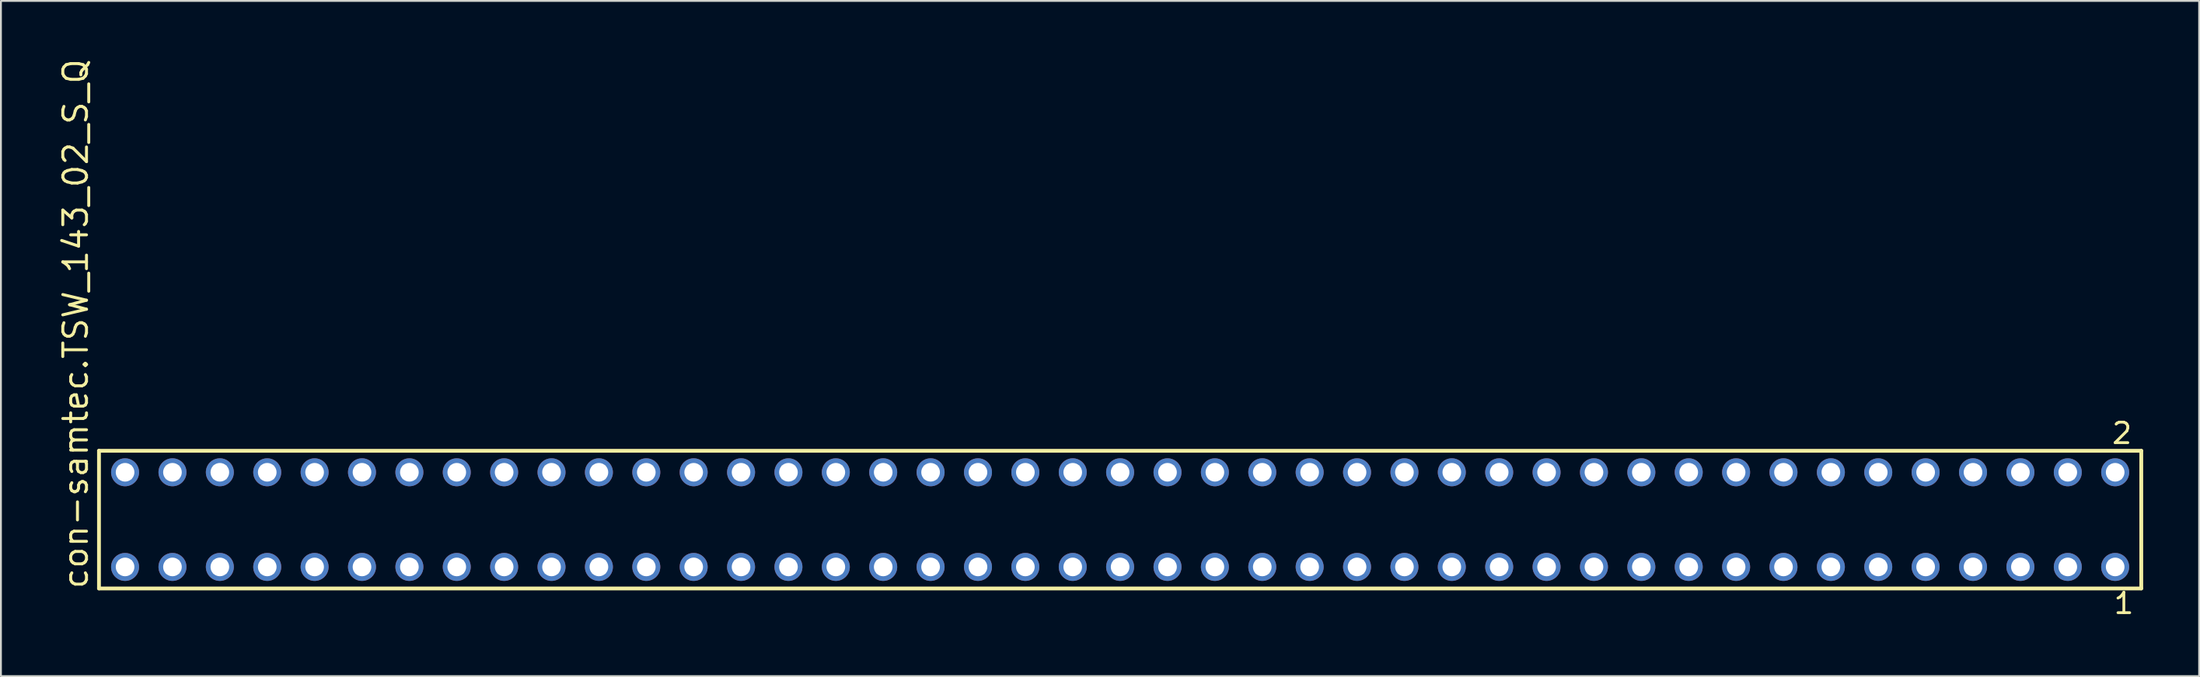
<source format=kicad_pcb>
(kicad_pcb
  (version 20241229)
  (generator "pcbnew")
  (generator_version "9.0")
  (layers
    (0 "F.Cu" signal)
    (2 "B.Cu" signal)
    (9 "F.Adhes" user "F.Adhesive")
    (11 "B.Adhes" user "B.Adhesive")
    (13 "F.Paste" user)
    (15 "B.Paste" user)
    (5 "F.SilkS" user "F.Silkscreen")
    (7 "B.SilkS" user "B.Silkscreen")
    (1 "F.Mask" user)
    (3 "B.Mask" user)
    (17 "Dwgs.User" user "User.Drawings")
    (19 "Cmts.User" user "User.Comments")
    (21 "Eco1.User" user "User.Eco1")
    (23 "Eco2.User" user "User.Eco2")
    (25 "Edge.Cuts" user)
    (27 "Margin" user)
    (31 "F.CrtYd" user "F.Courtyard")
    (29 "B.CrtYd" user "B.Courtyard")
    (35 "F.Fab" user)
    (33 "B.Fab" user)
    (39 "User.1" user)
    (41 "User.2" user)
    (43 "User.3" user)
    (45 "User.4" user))
  (footprint "con-samtec.TSW_143_02_S_Q"
    (layer "F.Cu")
    (at 56.995 24.84)
    (property "Reference" "con-samtec.TSW_143_02_S_Q" (at -55.245 3.81 90) (layer "F.SilkS") (effects (font (size 1.27 1.27) (thickness 0.16)) (justify left bottom)))
    (attr through_hole)
    (fp_line (start -54.739 -3.695) (end 54.739 -3.695) (stroke (width 0.203) (type default)) (layer "F.SilkS"))
    (fp_line (start -54.739 3.695) (end -54.739 -3.695) (stroke (width 0.203) (type default)) (layer "F.SilkS"))
    (fp_line (start 54.739 -3.695) (end 54.739 3.695) (stroke (width 0.203) (type default)) (layer "F.SilkS"))
    (fp_line (start 54.739 3.695) (end -54.739 3.695) (stroke (width 0.203) (type default)) (layer "F.SilkS"))
    (fp_rect (start -53.69 -2.19) (end -52.99 -2.89) (stroke (width 0.05) (type default)) (fill no) (layer "F.Fab"))
    (fp_rect (start -53.69 2.89) (end -52.99 2.19) (stroke (width 0.05) (type default)) (fill no) (layer "F.Fab"))
    (fp_rect (start -51.15 -2.19) (end -50.45 -2.89) (stroke (width 0.05) (type default)) (fill no) (layer "F.Fab"))
    (fp_rect (start -51.15 2.89) (end -50.45 2.19) (stroke (width 0.05) (type default)) (fill no) (layer "F.Fab"))
    (fp_rect (start -48.61 -2.19) (end -47.91 -2.89) (stroke (width 0.05) (type default)) (fill no) (layer "F.Fab"))
    (fp_rect (start -48.61 2.89) (end -47.91 2.19) (stroke (width 0.05) (type default)) (fill no) (layer "F.Fab"))
    (fp_rect (start -46.07 -2.19) (end -45.37 -2.89) (stroke (width 0.05) (type default)) (fill no) (layer "F.Fab"))
    (fp_rect (start -46.07 2.89) (end -45.37 2.19) (stroke (width 0.05) (type default)) (fill no) (layer "F.Fab"))
    (fp_rect (start -43.53 -2.19) (end -42.83 -2.89) (stroke (width 0.05) (type default)) (fill no) (layer "F.Fab"))
    (fp_rect (start -43.53 2.89) (end -42.83 2.19) (stroke (width 0.05) (type default)) (fill no) (layer "F.Fab"))
    (fp_rect (start -40.99 -2.19) (end -40.29 -2.89) (stroke (width 0.05) (type default)) (fill no) (layer "F.Fab"))
    (fp_rect (start -40.99 2.89) (end -40.29 2.19) (stroke (width 0.05) (type default)) (fill no) (layer "F.Fab"))
    (fp_rect (start -38.45 -2.19) (end -37.75 -2.89) (stroke (width 0.05) (type default)) (fill no) (layer "F.Fab"))
    (fp_rect (start -38.45 2.89) (end -37.75 2.19) (stroke (width 0.05) (type default)) (fill no) (layer "F.Fab"))
    (fp_rect (start -35.91 -2.19) (end -35.21 -2.89) (stroke (width 0.05) (type default)) (fill no) (layer "F.Fab"))
    (fp_rect (start -35.91 2.89) (end -35.21 2.19) (stroke (width 0.05) (type default)) (fill no) (layer "F.Fab"))
    (fp_rect (start -33.37 -2.19) (end -32.67 -2.89) (stroke (width 0.05) (type default)) (fill no) (layer "F.Fab"))
    (fp_rect (start -33.37 2.89) (end -32.67 2.19) (stroke (width 0.05) (type default)) (fill no) (layer "F.Fab"))
    (fp_rect (start -30.83 -2.19) (end -30.13 -2.89) (stroke (width 0.05) (type default)) (fill no) (layer "F.Fab"))
    (fp_rect (start -30.83 2.89) (end -30.13 2.19) (stroke (width 0.05) (type default)) (fill no) (layer "F.Fab"))
    (fp_rect (start -28.29 -2.19) (end -27.59 -2.89) (stroke (width 0.05) (type default)) (fill no) (layer "F.Fab"))
    (fp_rect (start -28.29 2.89) (end -27.59 2.19) (stroke (width 0.05) (type default)) (fill no) (layer "F.Fab"))
    (fp_rect (start -25.75 -2.19) (end -25.05 -2.89) (stroke (width 0.05) (type default)) (fill no) (layer "F.Fab"))
    (fp_rect (start -25.75 2.89) (end -25.05 2.19) (stroke (width 0.05) (type default)) (fill no) (layer "F.Fab"))
    (fp_rect (start -23.21 -2.19) (end -22.51 -2.89) (stroke (width 0.05) (type default)) (fill no) (layer "F.Fab"))
    (fp_rect (start -23.21 2.89) (end -22.51 2.19) (stroke (width 0.05) (type default)) (fill no) (layer "F.Fab"))
    (fp_rect (start -20.67 -2.19) (end -19.97 -2.89) (stroke (width 0.05) (type default)) (fill no) (layer "F.Fab"))
    (fp_rect (start -20.67 2.89) (end -19.97 2.19) (stroke (width 0.05) (type default)) (fill no) (layer "F.Fab"))
    (fp_rect (start -18.13 -2.19) (end -17.43 -2.89) (stroke (width 0.05) (type default)) (fill no) (layer "F.Fab"))
    (fp_rect (start -18.13 2.89) (end -17.43 2.19) (stroke (width 0.05) (type default)) (fill no) (layer "F.Fab"))
    (fp_rect (start -15.59 -2.19) (end -14.89 -2.89) (stroke (width 0.05) (type default)) (fill no) (layer "F.Fab"))
    (fp_rect (start -15.59 2.89) (end -14.89 2.19) (stroke (width 0.05) (type default)) (fill no) (layer "F.Fab"))
    (fp_rect (start -13.05 -2.19) (end -12.35 -2.89) (stroke (width 0.05) (type default)) (fill no) (layer "F.Fab"))
    (fp_rect (start -13.05 2.89) (end -12.35 2.19) (stroke (width 0.05) (type default)) (fill no) (layer "F.Fab"))
    (fp_rect (start -10.51 -2.19) (end -9.81 -2.89) (stroke (width 0.05) (type default)) (fill no) (layer "F.Fab"))
    (fp_rect (start -10.51 2.89) (end -9.81 2.19) (stroke (width 0.05) (type default)) (fill no) (layer "F.Fab"))
    (fp_rect (start -7.97 -2.19) (end -7.27 -2.89) (stroke (width 0.05) (type default)) (fill no) (layer "F.Fab"))
    (fp_rect (start -7.97 2.89) (end -7.27 2.19) (stroke (width 0.05) (type default)) (fill no) (layer "F.Fab"))
    (fp_rect (start -5.43 -2.19) (end -4.73 -2.89) (stroke (width 0.05) (type default)) (fill no) (layer "F.Fab"))
    (fp_rect (start -5.43 2.89) (end -4.73 2.19) (stroke (width 0.05) (type default)) (fill no) (layer "F.Fab"))
    (fp_rect (start -2.89 -2.19) (end -2.19 -2.89) (stroke (width 0.05) (type default)) (fill no) (layer "F.Fab"))
    (fp_rect (start -2.89 2.89) (end -2.19 2.19) (stroke (width 0.05) (type default)) (fill no) (layer "F.Fab"))
    (fp_rect (start -0.35 -2.19) (end 0.35 -2.89) (stroke (width 0.05) (type default)) (fill no) (layer "F.Fab"))
    (fp_rect (start -0.35 2.89) (end 0.35 2.19) (stroke (width 0.05) (type default)) (fill no) (layer "F.Fab"))
    (fp_rect (start 2.19 -2.19) (end 2.89 -2.89) (stroke (width 0.05) (type default)) (fill no) (layer "F.Fab"))
    (fp_rect (start 2.19 2.89) (end 2.89 2.19) (stroke (width 0.05) (type default)) (fill no) (layer "F.Fab"))
    (fp_rect (start 4.73 -2.19) (end 5.43 -2.89) (stroke (width 0.05) (type default)) (fill no) (layer "F.Fab"))
    (fp_rect (start 4.73 2.89) (end 5.43 2.19) (stroke (width 0.05) (type default)) (fill no) (layer "F.Fab"))
    (fp_rect (start 7.27 -2.19) (end 7.97 -2.89) (stroke (width 0.05) (type default)) (fill no) (layer "F.Fab"))
    (fp_rect (start 7.27 2.89) (end 7.97 2.19) (stroke (width 0.05) (type default)) (fill no) (layer "F.Fab"))
    (fp_rect (start 9.81 -2.19) (end 10.51 -2.89) (stroke (width 0.05) (type default)) (fill no) (layer "F.Fab"))
    (fp_rect (start 9.81 2.89) (end 10.51 2.19) (stroke (width 0.05) (type default)) (fill no) (layer "F.Fab"))
    (fp_rect (start 12.35 -2.19) (end 13.05 -2.89) (stroke (width 0.05) (type default)) (fill no) (layer "F.Fab"))
    (fp_rect (start 12.35 2.89) (end 13.05 2.19) (stroke (width 0.05) (type default)) (fill no) (layer "F.Fab"))
    (fp_rect (start 14.89 -2.19) (end 15.59 -2.89) (stroke (width 0.05) (type default)) (fill no) (layer "F.Fab"))
    (fp_rect (start 14.89 2.89) (end 15.59 2.19) (stroke (width 0.05) (type default)) (fill no) (layer "F.Fab"))
    (fp_rect (start 17.43 -2.19) (end 18.13 -2.89) (stroke (width 0.05) (type default)) (fill no) (layer "F.Fab"))
    (fp_rect (start 17.43 2.89) (end 18.13 2.19) (stroke (width 0.05) (type default)) (fill no) (layer "F.Fab"))
    (fp_rect (start 19.97 -2.19) (end 20.67 -2.89) (stroke (width 0.05) (type default)) (fill no) (layer "F.Fab"))
    (fp_rect (start 19.97 2.89) (end 20.67 2.19) (stroke (width 0.05) (type default)) (fill no) (layer "F.Fab"))
    (fp_rect (start 22.51 -2.19) (end 23.21 -2.89) (stroke (width 0.05) (type default)) (fill no) (layer "F.Fab"))
    (fp_rect (start 22.51 2.89) (end 23.21 2.19) (stroke (width 0.05) (type default)) (fill no) (layer "F.Fab"))
    (fp_rect (start 25.05 -2.19) (end 25.75 -2.89) (stroke (width 0.05) (type default)) (fill no) (layer "F.Fab"))
    (fp_rect (start 25.05 2.89) (end 25.75 2.19) (stroke (width 0.05) (type default)) (fill no) (layer "F.Fab"))
    (fp_rect (start 27.59 -2.19) (end 28.29 -2.89) (stroke (width 0.05) (type default)) (fill no) (layer "F.Fab"))
    (fp_rect (start 27.59 2.89) (end 28.29 2.19) (stroke (width 0.05) (type default)) (fill no) (layer "F.Fab"))
    (fp_rect (start 30.13 -2.19) (end 30.83 -2.89) (stroke (width 0.05) (type default)) (fill no) (layer "F.Fab"))
    (fp_rect (start 30.13 2.89) (end 30.83 2.19) (stroke (width 0.05) (type default)) (fill no) (layer "F.Fab"))
    (fp_rect (start 32.67 -2.19) (end 33.37 -2.89) (stroke (width 0.05) (type default)) (fill no) (layer "F.Fab"))
    (fp_rect (start 32.67 2.89) (end 33.37 2.19) (stroke (width 0.05) (type default)) (fill no) (layer "F.Fab"))
    (fp_rect (start 35.21 -2.19) (end 35.91 -2.89) (stroke (width 0.05) (type default)) (fill no) (layer "F.Fab"))
    (fp_rect (start 35.21 2.89) (end 35.91 2.19) (stroke (width 0.05) (type default)) (fill no) (layer "F.Fab"))
    (fp_rect (start 37.75 -2.19) (end 38.45 -2.89) (stroke (width 0.05) (type default)) (fill no) (layer "F.Fab"))
    (fp_rect (start 37.75 2.89) (end 38.45 2.19) (stroke (width 0.05) (type default)) (fill no) (layer "F.Fab"))
    (fp_rect (start 40.29 -2.19) (end 40.99 -2.89) (stroke (width 0.05) (type default)) (fill no) (layer "F.Fab"))
    (fp_rect (start 40.29 2.89) (end 40.99 2.19) (stroke (width 0.05) (type default)) (fill no) (layer "F.Fab"))
    (fp_rect (start 42.83 -2.19) (end 43.53 -2.89) (stroke (width 0.05) (type default)) (fill no) (layer "F.Fab"))
    (fp_rect (start 42.83 2.89) (end 43.53 2.19) (stroke (width 0.05) (type default)) (fill no) (layer "F.Fab"))
    (fp_rect (start 45.37 -2.19) (end 46.07 -2.89) (stroke (width 0.05) (type default)) (fill no) (layer "F.Fab"))
    (fp_rect (start 45.37 2.89) (end 46.07 2.19) (stroke (width 0.05) (type default)) (fill no) (layer "F.Fab"))
    (fp_rect (start 47.91 -2.19) (end 48.61 -2.89) (stroke (width 0.05) (type default)) (fill no) (layer "F.Fab"))
    (fp_rect (start 47.91 2.89) (end 48.61 2.19) (stroke (width 0.05) (type default)) (fill no) (layer "F.Fab"))
    (fp_rect (start 50.45 -2.19) (end 51.15 -2.89) (stroke (width 0.05) (type default)) (fill no) (layer "F.Fab"))
    (fp_rect (start 50.45 2.89) (end 51.15 2.19) (stroke (width 0.05) (type default)) (fill no) (layer "F.Fab"))
    (fp_rect (start 52.99 -2.19) (end 53.69 -2.89) (stroke (width 0.05) (type default)) (fill no) (layer "F.Fab"))
    (fp_rect (start 52.99 2.89) (end 53.69 2.19) (stroke (width 0.05) (type default)) (fill no) (layer "F.Fab"))
    (fp_text user "2" (at 53.082 -3.989 0) (layer "F.SilkS") (effects (font (size 1.1 1.1) (thickness 0.15)) (justify left bottom)))
    (fp_text user "1" (at 53.182 5.138 0) (layer "F.SilkS") (effects (font (size 1.1 1.1) (thickness 0.15)) (justify left bottom)))
    (pad "1" thru_hole circle (at 53.34 2.54 180) (size 1.5 1.5) (drill 1) (layers "*.Cu" "*.Mask"))
    (pad "2" thru_hole circle (at 53.34 -2.54 180) (size 1.5 1.5) (drill 1) (layers "*.Cu" "*.Mask"))
    (pad "3" thru_hole circle (at 50.8 2.54 180) (size 1.5 1.5) (drill 1) (layers "*.Cu" "*.Mask"))
    (pad "4" thru_hole circle (at 50.8 -2.54 180) (size 1.5 1.5) (drill 1) (layers "*.Cu" "*.Mask"))
    (pad "5" thru_hole circle (at 48.26 2.54 180) (size 1.5 1.5) (drill 1) (layers "*.Cu" "*.Mask"))
    (pad "6" thru_hole circle (at 48.26 -2.54 180) (size 1.5 1.5) (drill 1) (layers "*.Cu" "*.Mask"))
    (pad "7" thru_hole circle (at 45.72 2.54 180) (size 1.5 1.5) (drill 1) (layers "*.Cu" "*.Mask"))
    (pad "8" thru_hole circle (at 45.72 -2.54 180) (size 1.5 1.5) (drill 1) (layers "*.Cu" "*.Mask"))
    (pad "9" thru_hole circle (at 43.18 2.54 180) (size 1.5 1.5) (drill 1) (layers "*.Cu" "*.Mask"))
    (pad "10" thru_hole circle (at 43.18 -2.54 180) (size 1.5 1.5) (drill 1) (layers "*.Cu" "*.Mask"))
    (pad "11" thru_hole circle (at 40.64 2.54 180) (size 1.5 1.5) (drill 1) (layers "*.Cu" "*.Mask"))
    (pad "12" thru_hole circle (at 40.64 -2.54 180) (size 1.5 1.5) (drill 1) (layers "*.Cu" "*.Mask"))
    (pad "13" thru_hole circle (at 38.1 2.54 180) (size 1.5 1.5) (drill 1) (layers "*.Cu" "*.Mask"))
    (pad "14" thru_hole circle (at 38.1 -2.54 180) (size 1.5 1.5) (drill 1) (layers "*.Cu" "*.Mask"))
    (pad "15" thru_hole circle (at 35.56 2.54 180) (size 1.5 1.5) (drill 1) (layers "*.Cu" "*.Mask"))
    (pad "16" thru_hole circle (at 35.56 -2.54 180) (size 1.5 1.5) (drill 1) (layers "*.Cu" "*.Mask"))
    (pad "17" thru_hole circle (at 33.02 2.54 180) (size 1.5 1.5) (drill 1) (layers "*.Cu" "*.Mask"))
    (pad "18" thru_hole circle (at 33.02 -2.54 180) (size 1.5 1.5) (drill 1) (layers "*.Cu" "*.Mask"))
    (pad "19" thru_hole circle (at 30.48 2.54 180) (size 1.5 1.5) (drill 1) (layers "*.Cu" "*.Mask"))
    (pad "20" thru_hole circle (at 30.48 -2.54 180) (size 1.5 1.5) (drill 1) (layers "*.Cu" "*.Mask"))
    (pad "21" thru_hole circle (at 27.94 2.54 180) (size 1.5 1.5) (drill 1) (layers "*.Cu" "*.Mask"))
    (pad "22" thru_hole circle (at 27.94 -2.54 180) (size 1.5 1.5) (drill 1) (layers "*.Cu" "*.Mask"))
    (pad "23" thru_hole circle (at 25.4 2.54 180) (size 1.5 1.5) (drill 1) (layers "*.Cu" "*.Mask"))
    (pad "24" thru_hole circle (at 25.4 -2.54 180) (size 1.5 1.5) (drill 1) (layers "*.Cu" "*.Mask"))
    (pad "25" thru_hole circle (at 22.86 2.54 180) (size 1.5 1.5) (drill 1) (layers "*.Cu" "*.Mask"))
    (pad "26" thru_hole circle (at 22.86 -2.54 180) (size 1.5 1.5) (drill 1) (layers "*.Cu" "*.Mask"))
    (pad "27" thru_hole circle (at 20.32 2.54 180) (size 1.5 1.5) (drill 1) (layers "*.Cu" "*.Mask"))
    (pad "28" thru_hole circle (at 20.32 -2.54 180) (size 1.5 1.5) (drill 1) (layers "*.Cu" "*.Mask"))
    (pad "29" thru_hole circle (at 17.78 2.54 180) (size 1.5 1.5) (drill 1) (layers "*.Cu" "*.Mask"))
    (pad "30" thru_hole circle (at 17.78 -2.54 180) (size 1.5 1.5) (drill 1) (layers "*.Cu" "*.Mask"))
    (pad "31" thru_hole circle (at 15.24 2.54 180) (size 1.5 1.5) (drill 1) (layers "*.Cu" "*.Mask"))
    (pad "32" thru_hole circle (at 15.24 -2.54 180) (size 1.5 1.5) (drill 1) (layers "*.Cu" "*.Mask"))
    (pad "33" thru_hole circle (at 12.7 2.54 180) (size 1.5 1.5) (drill 1) (layers "*.Cu" "*.Mask"))
    (pad "34" thru_hole circle (at 12.7 -2.54 180) (size 1.5 1.5) (drill 1) (layers "*.Cu" "*.Mask"))
    (pad "35" thru_hole circle (at 10.16 2.54 180) (size 1.5 1.5) (drill 1) (layers "*.Cu" "*.Mask"))
    (pad "36" thru_hole circle (at 10.16 -2.54 180) (size 1.5 1.5) (drill 1) (layers "*.Cu" "*.Mask"))
    (pad "37" thru_hole circle (at 7.62 2.54 180) (size 1.5 1.5) (drill 1) (layers "*.Cu" "*.Mask"))
    (pad "38" thru_hole circle (at 7.62 -2.54 180) (size 1.5 1.5) (drill 1) (layers "*.Cu" "*.Mask"))
    (pad "39" thru_hole circle (at 5.08 2.54 180) (size 1.5 1.5) (drill 1) (layers "*.Cu" "*.Mask"))
    (pad "40" thru_hole circle (at 5.08 -2.54 180) (size 1.5 1.5) (drill 1) (layers "*.Cu" "*.Mask"))
    (pad "41" thru_hole circle (at 2.54 2.54 180) (size 1.5 1.5) (drill 1) (layers "*.Cu" "*.Mask"))
    (pad "42" thru_hole circle (at 2.54 -2.54 180) (size 1.5 1.5) (drill 1) (layers "*.Cu" "*.Mask"))
    (pad "43" thru_hole circle (at 0 2.54 180) (size 1.5 1.5) (drill 1) (layers "*.Cu" "*.Mask"))
    (pad "44" thru_hole circle (at 0 -2.54 180) (size 1.5 1.5) (drill 1) (layers "*.Cu" "*.Mask"))
    (pad "45" thru_hole circle (at -2.54 2.54 180) (size 1.5 1.5) (drill 1) (layers "*.Cu" "*.Mask"))
    (pad "46" thru_hole circle (at -2.54 -2.54 180) (size 1.5 1.5) (drill 1) (layers "*.Cu" "*.Mask"))
    (pad "47" thru_hole circle (at -5.08 2.54 180) (size 1.5 1.5) (drill 1) (layers "*.Cu" "*.Mask"))
    (pad "48" thru_hole circle (at -5.08 -2.54 180) (size 1.5 1.5) (drill 1) (layers "*.Cu" "*.Mask"))
    (pad "49" thru_hole circle (at -7.62 2.54 180) (size 1.5 1.5) (drill 1) (layers "*.Cu" "*.Mask"))
    (pad "50" thru_hole circle (at -7.62 -2.54 180) (size 1.5 1.5) (drill 1) (layers "*.Cu" "*.Mask"))
    (pad "51" thru_hole circle (at -10.16 2.54 180) (size 1.5 1.5) (drill 1) (layers "*.Cu" "*.Mask"))
    (pad "52" thru_hole circle (at -10.16 -2.54 180) (size 1.5 1.5) (drill 1) (layers "*.Cu" "*.Mask"))
    (pad "53" thru_hole circle (at -12.7 2.54 180) (size 1.5 1.5) (drill 1) (layers "*.Cu" "*.Mask"))
    (pad "54" thru_hole circle (at -12.7 -2.54 180) (size 1.5 1.5) (drill 1) (layers "*.Cu" "*.Mask"))
    (pad "55" thru_hole circle (at -15.24 2.54 180) (size 1.5 1.5) (drill 1) (layers "*.Cu" "*.Mask"))
    (pad "56" thru_hole circle (at -15.24 -2.54 180) (size 1.5 1.5) (drill 1) (layers "*.Cu" "*.Mask"))
    (pad "57" thru_hole circle (at -17.78 2.54 180) (size 1.5 1.5) (drill 1) (layers "*.Cu" "*.Mask"))
    (pad "58" thru_hole circle (at -17.78 -2.54 180) (size 1.5 1.5) (drill 1) (layers "*.Cu" "*.Mask"))
    (pad "59" thru_hole circle (at -20.32 2.54 180) (size 1.5 1.5) (drill 1) (layers "*.Cu" "*.Mask"))
    (pad "60" thru_hole circle (at -20.32 -2.54 180) (size 1.5 1.5) (drill 1) (layers "*.Cu" "*.Mask"))
    (pad "61" thru_hole circle (at -22.86 2.54 180) (size 1.5 1.5) (drill 1) (layers "*.Cu" "*.Mask"))
    (pad "62" thru_hole circle (at -22.86 -2.54 180) (size 1.5 1.5) (drill 1) (layers "*.Cu" "*.Mask"))
    (pad "63" thru_hole circle (at -25.4 2.54 180) (size 1.5 1.5) (drill 1) (layers "*.Cu" "*.Mask"))
    (pad "64" thru_hole circle (at -25.4 -2.54 180) (size 1.5 1.5) (drill 1) (layers "*.Cu" "*.Mask"))
    (pad "65" thru_hole circle (at -27.94 2.54 180) (size 1.5 1.5) (drill 1) (layers "*.Cu" "*.Mask"))
    (pad "66" thru_hole circle (at -27.94 -2.54 180) (size 1.5 1.5) (drill 1) (layers "*.Cu" "*.Mask"))
    (pad "67" thru_hole circle (at -30.48 2.54 180) (size 1.5 1.5) (drill 1) (layers "*.Cu" "*.Mask"))
    (pad "68" thru_hole circle (at -30.48 -2.54 180) (size 1.5 1.5) (drill 1) (layers "*.Cu" "*.Mask"))
    (pad "69" thru_hole circle (at -33.02 2.54 180) (size 1.5 1.5) (drill 1) (layers "*.Cu" "*.Mask"))
    (pad "70" thru_hole circle (at -33.02 -2.54 180) (size 1.5 1.5) (drill 1) (layers "*.Cu" "*.Mask"))
    (pad "71" thru_hole circle (at -35.56 2.54 180) (size 1.5 1.5) (drill 1) (layers "*.Cu" "*.Mask"))
    (pad "72" thru_hole circle (at -35.56 -2.54 180) (size 1.5 1.5) (drill 1) (layers "*.Cu" "*.Mask"))
    (pad "73" thru_hole circle (at -38.1 2.54 180) (size 1.5 1.5) (drill 1) (layers "*.Cu" "*.Mask"))
    (pad "74" thru_hole circle (at -38.1 -2.54 180) (size 1.5 1.5) (drill 1) (layers "*.Cu" "*.Mask"))
    (pad "75" thru_hole circle (at -40.64 2.54 180) (size 1.5 1.5) (drill 1) (layers "*.Cu" "*.Mask"))
    (pad "76" thru_hole circle (at -40.64 -2.54 180) (size 1.5 1.5) (drill 1) (layers "*.Cu" "*.Mask"))
    (pad "77" thru_hole circle (at -43.18 2.54 180) (size 1.5 1.5) (drill 1) (layers "*.Cu" "*.Mask"))
    (pad "78" thru_hole circle (at -43.18 -2.54 180) (size 1.5 1.5) (drill 1) (layers "*.Cu" "*.Mask"))
    (pad "79" thru_hole circle (at -45.72 2.54 180) (size 1.5 1.5) (drill 1) (layers "*.Cu" "*.Mask"))
    (pad "80" thru_hole circle (at -45.72 -2.54 180) (size 1.5 1.5) (drill 1) (layers "*.Cu" "*.Mask"))
    (pad "81" thru_hole circle (at -48.26 2.54 180) (size 1.5 1.5) (drill 1) (layers "*.Cu" "*.Mask"))
    (pad "82" thru_hole circle (at -48.26 -2.54 180) (size 1.5 1.5) (drill 1) (layers "*.Cu" "*.Mask"))
    (pad "83" thru_hole circle (at -50.8 2.54 180) (size 1.5 1.5) (drill 1) (layers "*.Cu" "*.Mask"))
    (pad "84" thru_hole circle (at -50.8 -2.54 180) (size 1.5 1.5) (drill 1) (layers "*.Cu" "*.Mask"))
    (pad "85" thru_hole circle (at -53.34 2.54 180) (size 1.5 1.5) (drill 1) (layers "*.Cu" "*.Mask"))
    (pad "86" thru_hole circle (at -53.34 -2.54 180) (size 1.5 1.5) (drill 1) (layers "*.Cu" "*.Mask")))
  (gr_rect
    (start -3 -3)
    (end 114.836 33.241)
    (stroke (width 0.1) (type default))
    (fill no)
    (layer "Edge.Cuts")))
</source>
